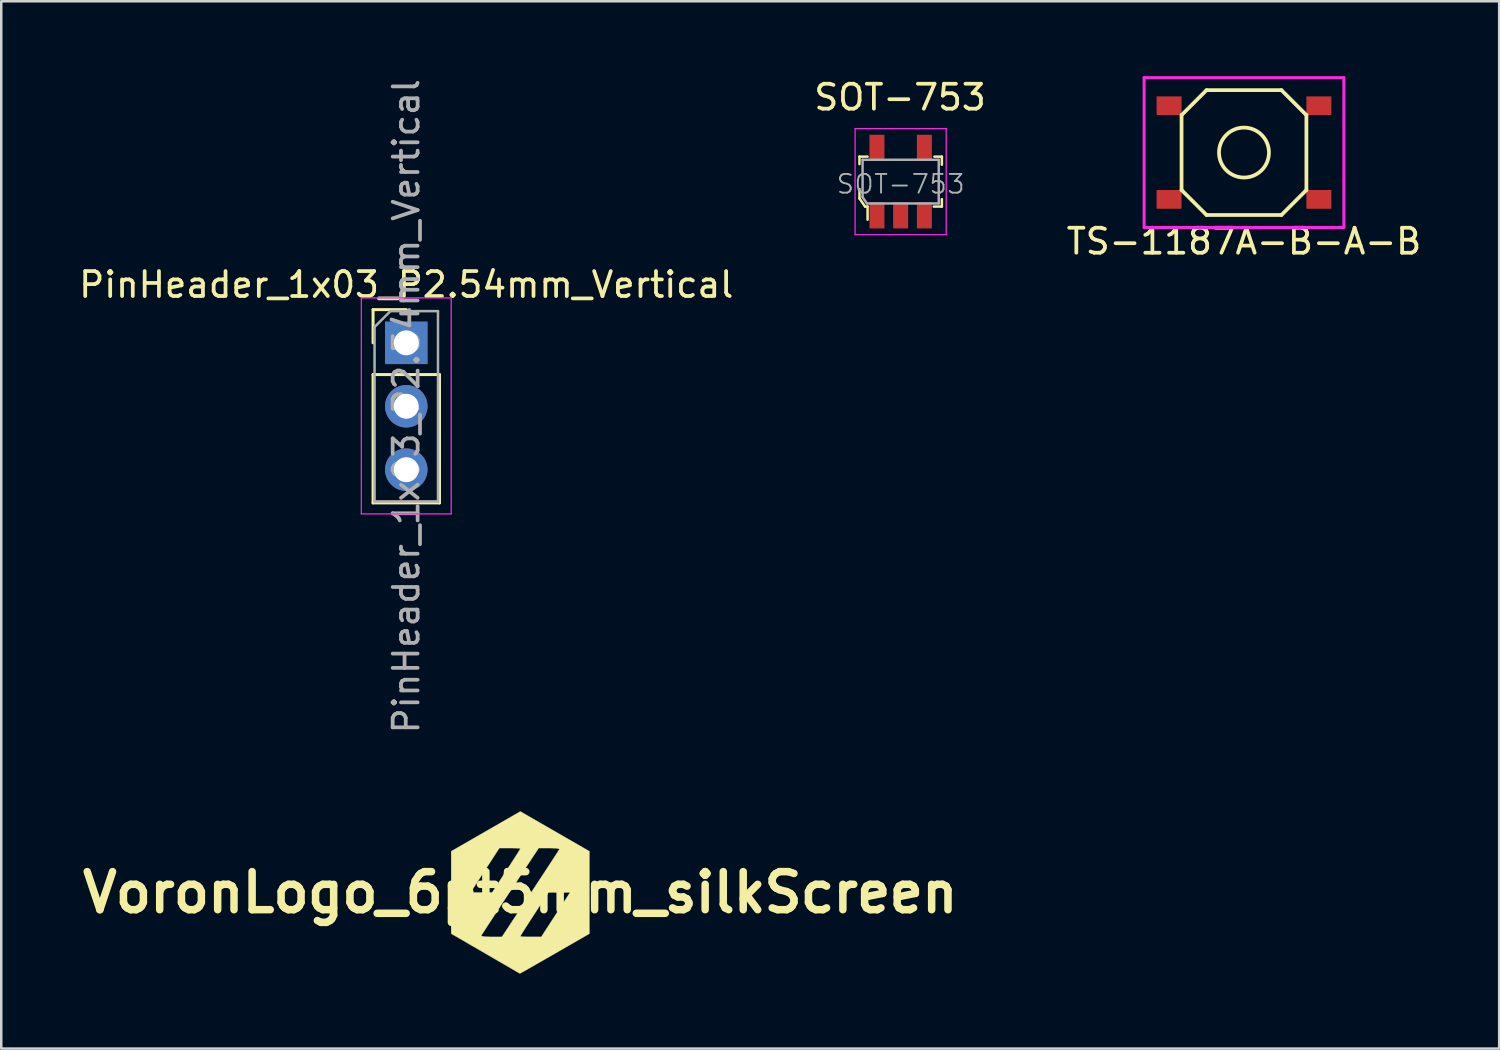
<source format=kicad_pcb>
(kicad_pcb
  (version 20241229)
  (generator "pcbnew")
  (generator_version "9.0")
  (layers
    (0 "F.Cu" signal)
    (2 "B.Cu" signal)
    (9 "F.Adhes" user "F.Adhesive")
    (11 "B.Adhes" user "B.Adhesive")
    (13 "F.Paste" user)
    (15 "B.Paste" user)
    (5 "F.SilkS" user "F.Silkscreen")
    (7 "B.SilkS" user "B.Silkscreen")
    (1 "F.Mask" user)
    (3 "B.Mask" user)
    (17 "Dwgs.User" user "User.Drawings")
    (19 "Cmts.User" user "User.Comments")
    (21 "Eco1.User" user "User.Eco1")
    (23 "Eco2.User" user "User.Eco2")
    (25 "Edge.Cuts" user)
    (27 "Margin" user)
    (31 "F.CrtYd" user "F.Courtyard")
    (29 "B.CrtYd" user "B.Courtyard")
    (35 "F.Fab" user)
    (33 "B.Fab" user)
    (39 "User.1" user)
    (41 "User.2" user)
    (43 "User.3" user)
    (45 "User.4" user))
  (footprint "TS-1187A-B-A-B"
    (layer "F.Cu")
    (at 46.768 3.06)
    (property "Reference" "TS-1187A-B-A-B" (at 0 3.556 0) (layer "F.SilkS") (effects (font (size 1 1) (thickness 0.15))))
    (attr through_hole)
    (fp_line (start -2.5 -1.5) (end -2.5 1.5) (stroke (width 0.15) (type solid)) (layer "F.SilkS"))
    (fp_line (start -2.5 -1.5) (end -1.5 -2.5) (stroke (width 0.15) (type solid)) (layer "F.SilkS"))
    (fp_line (start -1.5 2.5) (end -2.5 1.5) (stroke (width 0.15) (type solid)) (layer "F.SilkS"))
    (fp_line (start -1.5 2.5) (end 1.5 2.5) (stroke (width 0.15) (type solid)) (layer "F.SilkS"))
    (fp_line (start 1.5 -2.5) (end -1.5 -2.5) (stroke (width 0.15) (type solid)) (layer "F.SilkS"))
    (fp_line (start 1.5 -2.5) (end 2.5 -1.5) (stroke (width 0.15) (type solid)) (layer "F.SilkS"))
    (fp_line (start 2.5 1.5) (end 1.5 2.5) (stroke (width 0.15) (type solid)) (layer "F.SilkS"))
    (fp_line (start 2.5 1.5) (end 2.5 -1.5) (stroke (width 0.15) (type solid)) (layer "F.SilkS"))
    (fp_circle (center 0 0) (end 1 0) (stroke (width 0.15) (type solid)) (fill no) (layer "F.SilkS"))
    (fp_line (start -4 -3) (end -4 3) (stroke (width 0.12) (type solid)) (layer "F.CrtYd"))
    (fp_line (start -4 3) (end 4 3) (stroke (width 0.12) (type solid)) (layer "F.CrtYd"))
    (fp_line (start 4 -3) (end -4 -3) (stroke (width 0.12) (type solid)) (layer "F.CrtYd"))
    (fp_line (start 4 3) (end 4 -3) (stroke (width 0.12) (type solid)) (layer "F.CrtYd"))
    (pad "1" smd rect (at -3 -1.875 180) (size 1 0.75) (layers "F.Cu" "F.Mask" "F.Paste"))
    (pad "1" smd rect (at 3 -1.875 180) (size 1 0.75) (layers "F.Cu" "F.Mask" "F.Paste"))
    (pad "2" smd rect (at -3 1.875 180) (size 1 0.75) (layers "F.Cu" "F.Mask" "F.Paste"))
    (pad "2" smd rect (at 3 1.875) (size 1 0.75) (layers "F.Cu" "F.Mask" "F.Paste")))
  (footprint "SOT-753"
    (layer "F.Cu")
    (at 33.019 4.223)
    (property "Reference" "SOT-753" (at -0.025 -3.375 0) (layer "F.SilkS") (effects (font (size 1 1) (thickness 0.15))))
    (attr smd)
    (fp_line (start -1.65 -1) (end -1.65 -0.7) (stroke (width 0.1) (type solid)) (layer "F.SilkS"))
    (fp_line (start -1.65 0.675) (end -1.65 0.3) (stroke (width 0.1) (type solid)) (layer "F.SilkS"))
    (fp_line (start -1.65 0.675) (end -1.425 1) (stroke (width 0.1) (type solid)) (layer "F.SilkS"))
    (fp_line (start -1.425 1) (end -1.325 1) (stroke (width 0.1) (type solid)) (layer "F.SilkS"))
    (fp_line (start -1.325 -1) (end -1.65 -1) (stroke (width 0.1) (type solid)) (layer "F.SilkS"))
    (fp_line (start -1.325 1) (end -1.325 1.525) (stroke (width 0.1) (type solid)) (layer "F.SilkS"))
    (fp_line (start 1.325 1) (end 1.65 1) (stroke (width 0.1) (type solid)) (layer "F.SilkS"))
    (fp_line (start 1.35 -1) (end 1.65 -1) (stroke (width 0.1) (type solid)) (layer "F.SilkS"))
    (fp_line (start 1.65 -1) (end 1.65 -0.675) (stroke (width 0.1) (type solid)) (layer "F.SilkS"))
    (fp_line (start 1.65 1) (end 1.65 0.7) (stroke (width 0.1) (type solid)) (layer "F.SilkS"))
    (fp_line (start -1.825 -2.125) (end 1.825 -2.125) (stroke (width 0.05) (type solid)) (layer "F.CrtYd"))
    (fp_line (start -1.825 2.125) (end -1.825 -2.125) (stroke (width 0.05) (type solid)) (layer "F.CrtYd"))
    (fp_line (start 1.825 -2.125) (end 1.825 2.125) (stroke (width 0.05) (type solid)) (layer "F.CrtYd"))
    (fp_line (start 1.825 2.125) (end -1.825 2.125) (stroke (width 0.05) (type solid)) (layer "F.CrtYd"))
    (fp_line (start -1.525 -0.875) (end 1.525 -0.875) (stroke (width 0.1) (type solid)) (layer "F.Fab"))
    (fp_line (start -1.525 0.625) (end -1.525 -0.875) (stroke (width 0.1) (type solid)) (layer "F.Fab"))
    (fp_line (start -1.525 0.625) (end -1.35 0.875) (stroke (width 0.1) (type solid)) (layer "F.Fab"))
    (fp_line (start -1.35 0.875) (end 1.525 0.875) (stroke (width 0.1) (type solid)) (layer "F.Fab"))
    (fp_line (start 1.525 -0.875) (end 1.525 0.875) (stroke (width 0.1) (type solid)) (layer "F.Fab"))
    (fp_text user "${REFERENCE}" (at 0 0.1 0) (layer "F.Fab") (effects (font (size 0.75 0.75) (thickness 0.075))))
    (pad "1" smd rect (at -0.95 1.35) (size 0.6 1.05) (layers "F.Cu" "F.Mask" "F.Paste"))
    (pad "2" smd rect (at 0 1.35) (size 0.6 1.05) (layers "F.Cu" "F.Mask" "F.Paste"))
    (pad "3" smd rect (at 0.95 1.35) (size 0.6 1.05) (layers "F.Cu" "F.Mask" "F.Paste"))
    (pad "4" smd rect (at 0.95 -1.35) (size 0.6 1.05) (layers "F.Cu" "F.Mask" "F.Paste"))
    (pad "5" smd rect (at -0.95 -1.35) (size 0.6 1.05) (layers "F.Cu" "F.Mask" "F.Paste")))
  (footprint "PinHeader_1x03_P2.54mm_Vertical"
    (layer "F.Cu")
    (at 13.22 10.68)
    (property "Reference" "PinHeader_1x03_P2.54mm_Vertical" (at 0 -2.33 0) (layer "F.SilkS") (effects (font (size 1 1) (thickness 0.15))))
    (attr through_hole)
    (fp_line (start -1.33 -1.33) (end 0 -1.33) (stroke (width 0.12) (type solid)) (layer "F.SilkS"))
    (fp_line (start -1.33 0) (end -1.33 -1.33) (stroke (width 0.12) (type solid)) (layer "F.SilkS"))
    (fp_line (start -1.33 1.27) (end -1.33 6.41) (stroke (width 0.12) (type solid)) (layer "F.SilkS"))
    (fp_line (start -1.33 1.27) (end 1.33 1.27) (stroke (width 0.12) (type solid)) (layer "F.SilkS"))
    (fp_line (start -1.33 6.41) (end 1.33 6.41) (stroke (width 0.12) (type solid)) (layer "F.SilkS"))
    (fp_line (start 1.33 1.27) (end 1.33 6.41) (stroke (width 0.12) (type solid)) (layer "F.SilkS"))
    (fp_line (start -1.8 -1.8) (end -1.8 6.85) (stroke (width 0.05) (type solid)) (layer "F.CrtYd"))
    (fp_line (start -1.8 6.85) (end 1.8 6.85) (stroke (width 0.05) (type solid)) (layer "F.CrtYd"))
    (fp_line (start 1.8 -1.8) (end -1.8 -1.8) (stroke (width 0.05) (type solid)) (layer "F.CrtYd"))
    (fp_line (start 1.8 6.85) (end 1.8 -1.8) (stroke (width 0.05) (type solid)) (layer "F.CrtYd"))
    (fp_line (start -1.27 -0.635) (end -0.635 -1.27) (stroke (width 0.1) (type solid)) (layer "F.Fab"))
    (fp_line (start -1.27 6.35) (end -1.27 -0.635) (stroke (width 0.1) (type solid)) (layer "F.Fab"))
    (fp_line (start -0.635 -1.27) (end 1.27 -1.27) (stroke (width 0.1) (type solid)) (layer "F.Fab"))
    (fp_line (start 1.27 -1.27) (end 1.27 6.35) (stroke (width 0.1) (type solid)) (layer "F.Fab"))
    (fp_line (start 1.27 6.35) (end -1.27 6.35) (stroke (width 0.1) (type solid)) (layer "F.Fab"))
    (fp_text user "${REFERENCE}" (at 0 2.54 90) (layer "F.Fab") (effects (font (size 1 1) (thickness 0.15))))
    (pad "1" thru_hole rect (at 0 0) (size 1.7 1.7) (drill 1) (layers "*.Cu" "*.Mask"))
    (pad "2" thru_hole oval (at 0 2.54) (size 1.7 1.7) (drill 1) (layers "*.Cu" "*.Mask"))
    (pad "3" thru_hole oval (at 0 5.08) (size 1.7 1.7) (drill 1) (layers "*.Cu" "*.Mask")))
  (footprint "VoronLogo_6pt5mm_silkScreen"
    (layer "F.Cu")
    (at 17.787 32.691)
    (property "Reference" "VoronLogo_6pt5mm_silkScreen" (at 0 0 0) (layer "F.SilkS") (effects (font (size 1.524 1.524) (thickness 0.3))))
    (attr through_hole)
    (fp_poly (pts (xy 2.769 -1.65) (xy 2.769 1.65) (xy 1.379 2.451) (xy 1.039 2.646) (xy 0.729 2.824) (xy 0.459 2.979) (xy 0.24 3.104) (xy 0.081 3.193) (xy -0.005 3.24) (xy -0.018 3.247) (xy -0.062 3.221) (xy -0.183 3.151) (xy -0.371 3.042) (xy -0.615 2.9) (xy -0.905 2.732) (xy -1.229 2.544) (xy -1.397 2.446) (xy -2.622 1.735) (xy -1.566 1.735) (xy -1.528 1.754) (xy -1.41 1.769) (xy -1.235 1.777) (xy -1.16 1.777) (xy -0.737 1.777) (xy -0.722 1.755) (xy 0 1.755) (xy 0.047 1.766) (xy 0.172 1.774) (xy 0.351 1.778) (xy 0.419 1.778) (xy 0.838 1.778) (xy 1.321 1.034) (xy 1.486 0.78) (xy 1.638 0.545) (xy 1.766 0.348) (xy 1.858 0.205) (xy 1.897 0.145) (xy 1.991 0) (xy 1.129 0) (xy 0.565 0.866) (xy 0.394 1.129) (xy 0.244 1.362) (xy 0.123 1.552) (xy 0.04 1.686) (xy 0.001 1.751) (xy 0 1.755) (xy -0.722 1.755) (xy 0.406 0.043) (xy 0.654 -0.334) (xy 0.884 -0.684) (xy 1.09 -0.999) (xy 1.267 -1.269) (xy 1.408 -1.487) (xy 1.508 -1.641) (xy 1.56 -1.724) (xy 1.566 -1.735) (xy 1.528 -1.754) (xy 1.41 -1.769) (xy 1.235 -1.777) (xy 1.16 -1.777) (xy 0.737 -1.777) (xy -0.406 -0.043) (xy -0.654 0.334) (xy -0.884 0.684) (xy -1.09 0.999) (xy -1.267 1.269) (xy -1.408 1.487) (xy -1.508 1.641) (xy -1.56 1.724) (xy -1.566 1.735) (xy -2.622 1.735) (xy -2.769 1.65) (xy -2.769 0) (xy -1.991 0) (xy -1.129 0) (xy -0.565 -0.866) (xy -0.394 -1.129) (xy -0.244 -1.362) (xy -0.123 -1.552) (xy -0.04 -1.686) (xy -0.001 -1.751) (xy 0 -1.755) (xy -0.047 -1.766) (xy -0.172 -1.774) (xy -0.351 -1.778) (xy -0.419 -1.778) (xy -0.838 -1.778) (xy -1.321 -1.034) (xy -1.486 -0.78) (xy -1.638 -0.545) (xy -1.766 -0.348) (xy -1.858 -0.205) (xy -1.897 -0.145) (xy -1.991 0) (xy -2.769 0) (xy -2.769 -1.65) (xy 0 -3.245) (xy 2.769 -1.65)) (stroke (width 0.01) (type solid)) (fill yes) (layer "F.SilkS")))
  (gr_rect
    (start -3 -3)
    (end 56.988 38.943)
    (stroke (width 0.1) (type default))
    (fill no)
    (layer "Edge.Cuts")))
</source>
